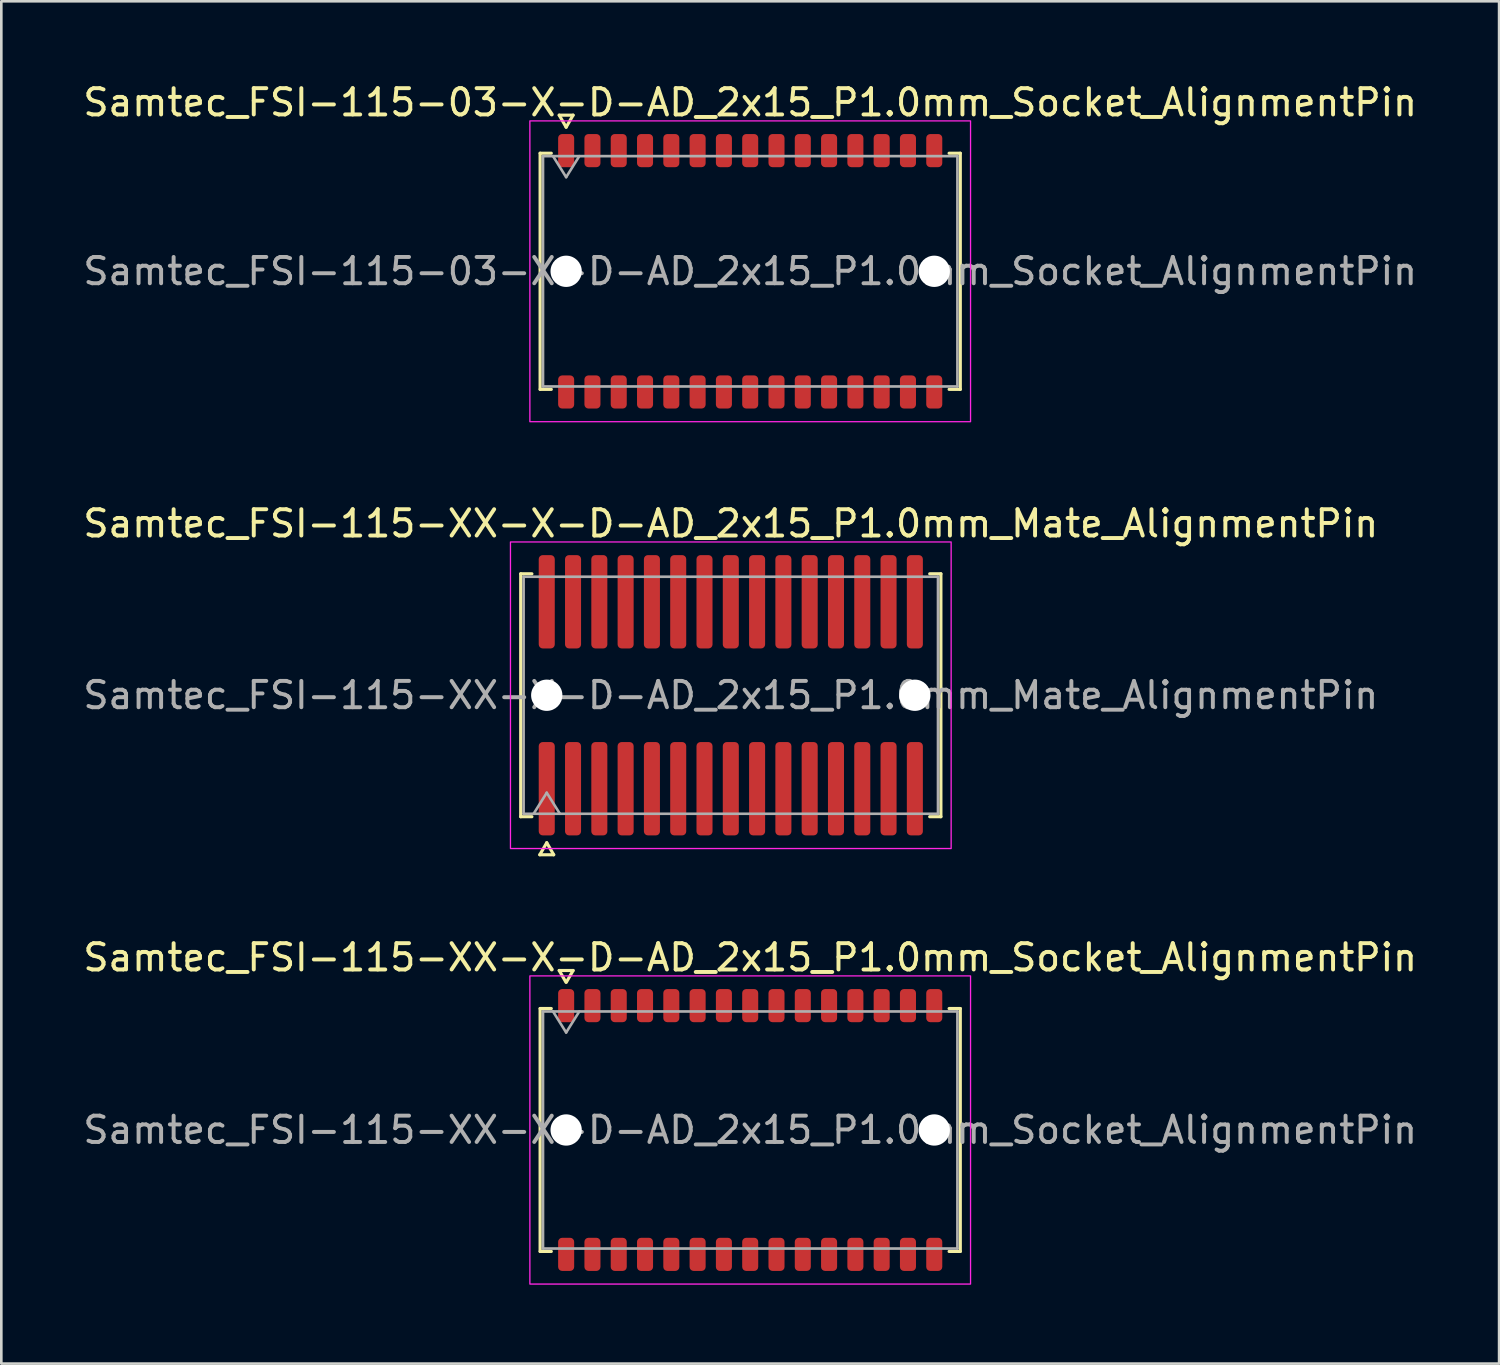
<source format=kicad_pcb>
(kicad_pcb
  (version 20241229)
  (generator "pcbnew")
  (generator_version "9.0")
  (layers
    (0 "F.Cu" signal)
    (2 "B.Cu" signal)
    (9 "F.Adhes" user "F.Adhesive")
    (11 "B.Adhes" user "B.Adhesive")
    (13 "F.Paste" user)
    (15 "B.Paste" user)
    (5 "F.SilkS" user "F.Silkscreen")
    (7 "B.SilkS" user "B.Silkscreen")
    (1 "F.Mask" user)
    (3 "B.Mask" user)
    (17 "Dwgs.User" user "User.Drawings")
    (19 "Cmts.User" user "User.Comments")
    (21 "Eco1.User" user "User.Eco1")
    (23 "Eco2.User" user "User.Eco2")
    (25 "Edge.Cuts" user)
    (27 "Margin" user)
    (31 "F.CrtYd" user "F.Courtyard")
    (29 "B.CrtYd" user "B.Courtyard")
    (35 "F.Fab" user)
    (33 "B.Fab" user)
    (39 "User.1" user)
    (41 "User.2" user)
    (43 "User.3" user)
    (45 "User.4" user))
  (footprint "Samtec_FSI-115-XX-X-D-AD_2x15_P1.0mm_Mate_AlignmentPin"
    (layer "F.Cu")
    (at 24.744 23.392)
    (property "Reference" "Samtec_FSI-115-XX-X-D-AD_2x15_P1.0mm_Mate_AlignmentPin" (at 0 -6.53 0) (layer "F.SilkS") (effects (font (size 1 1) (thickness 0.15))))
    (attr exclude_from_pos_files exclude_from_bom)
    (fp_line (start -7.99 -4.619) (end -7.565 -4.619) (stroke (width 0.12) (type solid)) (layer "F.SilkS"))
    (fp_line (start -7.99 4.619) (end -7.99 -4.619) (stroke (width 0.12) (type solid)) (layer "F.SilkS"))
    (fp_line (start -7.565 4.619) (end -7.99 4.619) (stroke (width 0.12) (type solid)) (layer "F.SilkS"))
    (fp_line (start -7.264 6.066) (end -7 5.609) (stroke (width 0.12) (type solid)) (layer "F.SilkS"))
    (fp_line (start -7 5.609) (end -6.736 6.066) (stroke (width 0.12) (type solid)) (layer "F.SilkS"))
    (fp_line (start -6.736 6.066) (end -7.264 6.066) (stroke (width 0.12) (type solid)) (layer "F.SilkS"))
    (fp_line (start 7.565 -4.619) (end 7.99 -4.619) (stroke (width 0.12) (type solid)) (layer "F.SilkS"))
    (fp_line (start 7.99 -4.619) (end 7.99 4.619) (stroke (width 0.12) (type solid)) (layer "F.SilkS"))
    (fp_line (start 7.99 4.619) (end 7.565 4.619) (stroke (width 0.12) (type solid)) (layer "F.SilkS"))
    (fp_rect (start -8.38 -5.83) (end 8.38 5.83) (stroke (width 0.05) (type solid)) (fill no) (layer "F.CrtYd"))
    (fp_line (start -7.88 -4.508) (end 7.88 -4.508) (stroke (width 0.1) (type solid)) (layer "F.Fab"))
    (fp_line (start -7.88 4.508) (end -7.88 -4.508) (stroke (width 0.1) (type solid)) (layer "F.Fab"))
    (fp_line (start -7.5 4.508) (end -7 3.708) (stroke (width 0.1) (type solid)) (layer "F.Fab"))
    (fp_line (start -7 3.708) (end -6.5 4.508) (stroke (width 0.1) (type solid)) (layer "F.Fab"))
    (fp_line (start 7.88 -4.508) (end 7.88 4.508) (stroke (width 0.1) (type solid)) (layer "F.Fab"))
    (fp_line (start 7.88 4.508) (end -7.88 4.508) (stroke (width 0.1) (type solid)) (layer "F.Fab"))
    (fp_text user "${REFERENCE}" (at 0 0 0) (layer "F.Fab") (effects (font (size 1 1) (thickness 0.15))))
    (pad "" np_thru_hole circle (at -7 0) (size 1.19 1.19) (drill 1.19) (layers "*.Cu" "*.Mask"))
    (pad "" np_thru_hole circle (at 7 0) (size 1.19 1.19) (drill 1.19) (layers "*.Cu" "*.Mask"))
    (pad "1" smd roundrect (at -7 3.555) (size 0.61 3.55) (layers "F.Cu" "F.Mask") (roundrect_rratio 0.25))
    (pad "2" smd roundrect (at -7 -3.555) (size 0.61 3.55) (layers "F.Cu" "F.Mask") (roundrect_rratio 0.25))
    (pad "3" smd roundrect (at -6 3.555) (size 0.61 3.55) (layers "F.Cu" "F.Mask") (roundrect_rratio 0.25))
    (pad "4" smd roundrect (at -6 -3.555) (size 0.61 3.55) (layers "F.Cu" "F.Mask") (roundrect_rratio 0.25))
    (pad "5" smd roundrect (at -5 3.555) (size 0.61 3.55) (layers "F.Cu" "F.Mask") (roundrect_rratio 0.25))
    (pad "6" smd roundrect (at -5 -3.555) (size 0.61 3.55) (layers "F.Cu" "F.Mask") (roundrect_rratio 0.25))
    (pad "7" smd roundrect (at -4 3.555) (size 0.61 3.55) (layers "F.Cu" "F.Mask") (roundrect_rratio 0.25))
    (pad "8" smd roundrect (at -4 -3.555) (size 0.61 3.55) (layers "F.Cu" "F.Mask") (roundrect_rratio 0.25))
    (pad "9" smd roundrect (at -3 3.555) (size 0.61 3.55) (layers "F.Cu" "F.Mask") (roundrect_rratio 0.25))
    (pad "10" smd roundrect (at -3 -3.555) (size 0.61 3.55) (layers "F.Cu" "F.Mask") (roundrect_rratio 0.25))
    (pad "11" smd roundrect (at -2 3.555) (size 0.61 3.55) (layers "F.Cu" "F.Mask") (roundrect_rratio 0.25))
    (pad "12" smd roundrect (at -2 -3.555) (size 0.61 3.55) (layers "F.Cu" "F.Mask") (roundrect_rratio 0.25))
    (pad "13" smd roundrect (at -1 3.555) (size 0.61 3.55) (layers "F.Cu" "F.Mask") (roundrect_rratio 0.25))
    (pad "14" smd roundrect (at -1 -3.555) (size 0.61 3.55) (layers "F.Cu" "F.Mask") (roundrect_rratio 0.25))
    (pad "15" smd roundrect (at 0 3.555) (size 0.61 3.55) (layers "F.Cu" "F.Mask") (roundrect_rratio 0.25))
    (pad "16" smd roundrect (at 0 -3.555) (size 0.61 3.55) (layers "F.Cu" "F.Mask") (roundrect_rratio 0.25))
    (pad "17" smd roundrect (at 1 3.555) (size 0.61 3.55) (layers "F.Cu" "F.Mask") (roundrect_rratio 0.25))
    (pad "18" smd roundrect (at 1 -3.555) (size 0.61 3.55) (layers "F.Cu" "F.Mask") (roundrect_rratio 0.25))
    (pad "19" smd roundrect (at 2 3.555) (size 0.61 3.55) (layers "F.Cu" "F.Mask") (roundrect_rratio 0.25))
    (pad "20" smd roundrect (at 2 -3.555) (size 0.61 3.55) (layers "F.Cu" "F.Mask") (roundrect_rratio 0.25))
    (pad "21" smd roundrect (at 3 3.555) (size 0.61 3.55) (layers "F.Cu" "F.Mask") (roundrect_rratio 0.25))
    (pad "22" smd roundrect (at 3 -3.555) (size 0.61 3.55) (layers "F.Cu" "F.Mask") (roundrect_rratio 0.25))
    (pad "23" smd roundrect (at 4 3.555) (size 0.61 3.55) (layers "F.Cu" "F.Mask") (roundrect_rratio 0.25))
    (pad "24" smd roundrect (at 4 -3.555) (size 0.61 3.55) (layers "F.Cu" "F.Mask") (roundrect_rratio 0.25))
    (pad "25" smd roundrect (at 5 3.555) (size 0.61 3.55) (layers "F.Cu" "F.Mask") (roundrect_rratio 0.25))
    (pad "26" smd roundrect (at 5 -3.555) (size 0.61 3.55) (layers "F.Cu" "F.Mask") (roundrect_rratio 0.25))
    (pad "27" smd roundrect (at 6 3.555) (size 0.61 3.55) (layers "F.Cu" "F.Mask") (roundrect_rratio 0.25))
    (pad "28" smd roundrect (at 6 -3.555) (size 0.61 3.55) (layers "F.Cu" "F.Mask") (roundrect_rratio 0.25))
    (pad "29" smd roundrect (at 7 3.555) (size 0.61 3.55) (layers "F.Cu" "F.Mask") (roundrect_rratio 0.25))
    (pad "30" smd roundrect (at 7 -3.555) (size 0.61 3.55) (layers "F.Cu" "F.Mask") (roundrect_rratio 0.25)))
  (footprint "Samtec_FSI-115-03-X-D-AD_2x15_P1.0mm_Socket_AlignmentPin"
    (layer "F.Cu")
    (at 25.482 7.268)
    (property "Reference" "Samtec_FSI-115-03-X-D-AD_2x15_P1.0mm_Socket_AlignmentPin" (at 0 -6.42 0) (layer "F.SilkS") (effects (font (size 1 1) (thickness 0.15))))
    (attr smd)
    (fp_line (start -7.99 -4.49) (end -7.565 -4.49) (stroke (width 0.12) (type solid)) (layer "F.SilkS"))
    (fp_line (start -7.99 4.49) (end -7.99 -4.49) (stroke (width 0.12) (type solid)) (layer "F.SilkS"))
    (fp_line (start -7.565 4.49) (end -7.99 4.49) (stroke (width 0.12) (type solid)) (layer "F.SilkS"))
    (fp_line (start -7.264 -5.938) (end -7 -5.48) (stroke (width 0.12) (type solid)) (layer "F.SilkS"))
    (fp_line (start -7 -5.48) (end -6.736 -5.938) (stroke (width 0.12) (type solid)) (layer "F.SilkS"))
    (fp_line (start -6.736 -5.938) (end -7.264 -5.938) (stroke (width 0.12) (type solid)) (layer "F.SilkS"))
    (fp_line (start 7.565 -4.49) (end 7.99 -4.49) (stroke (width 0.12) (type solid)) (layer "F.SilkS"))
    (fp_line (start 7.99 -4.49) (end 7.99 4.49) (stroke (width 0.12) (type solid)) (layer "F.SilkS"))
    (fp_line (start 7.99 4.49) (end 7.565 4.49) (stroke (width 0.12) (type solid)) (layer "F.SilkS"))
    (fp_rect (start -8.38 -5.72) (end 8.38 5.72) (stroke (width 0.05) (type solid)) (fill no) (layer "F.CrtYd"))
    (fp_line (start -7.88 -4.38) (end 7.88 -4.38) (stroke (width 0.1) (type solid)) (layer "F.Fab"))
    (fp_line (start -7.88 4.38) (end -7.88 -4.38) (stroke (width 0.1) (type solid)) (layer "F.Fab"))
    (fp_line (start -7.5 -4.38) (end -7 -3.58) (stroke (width 0.1) (type solid)) (layer "F.Fab"))
    (fp_line (start -7 -3.58) (end -6.5 -4.38) (stroke (width 0.1) (type solid)) (layer "F.Fab"))
    (fp_line (start 7.88 -4.38) (end 7.88 4.38) (stroke (width 0.1) (type solid)) (layer "F.Fab"))
    (fp_line (start 7.88 4.38) (end -7.88 4.38) (stroke (width 0.1) (type solid)) (layer "F.Fab"))
    (fp_text user "${REFERENCE}" (at 0 0 0) (layer "F.Fab") (effects (font (size 1 1) (thickness 0.15))))
    (pad "" np_thru_hole circle (at -7 0) (size 1.19 1.19) (drill 1.19) (layers "*.Cu" "*.Mask"))
    (pad "" np_thru_hole circle (at 7 0) (size 1.19 1.19) (drill 1.19) (layers "*.Cu" "*.Mask"))
    (pad "1" smd roundrect (at -7 -4.59) (size 0.61 1.26) (layers "F.Cu" "F.Mask" "F.Paste") (roundrect_rratio 0.25))
    (pad "2" smd roundrect (at -7 4.59) (size 0.61 1.26) (layers "F.Cu" "F.Mask" "F.Paste") (roundrect_rratio 0.25))
    (pad "3" smd roundrect (at -6 -4.59) (size 0.61 1.26) (layers "F.Cu" "F.Mask" "F.Paste") (roundrect_rratio 0.25))
    (pad "4" smd roundrect (at -6 4.59) (size 0.61 1.26) (layers "F.Cu" "F.Mask" "F.Paste") (roundrect_rratio 0.25))
    (pad "5" smd roundrect (at -5 -4.59) (size 0.61 1.26) (layers "F.Cu" "F.Mask" "F.Paste") (roundrect_rratio 0.25))
    (pad "6" smd roundrect (at -5 4.59) (size 0.61 1.26) (layers "F.Cu" "F.Mask" "F.Paste") (roundrect_rratio 0.25))
    (pad "7" smd roundrect (at -4 -4.59) (size 0.61 1.26) (layers "F.Cu" "F.Mask" "F.Paste") (roundrect_rratio 0.25))
    (pad "8" smd roundrect (at -4 4.59) (size 0.61 1.26) (layers "F.Cu" "F.Mask" "F.Paste") (roundrect_rratio 0.25))
    (pad "9" smd roundrect (at -3 -4.59) (size 0.61 1.26) (layers "F.Cu" "F.Mask" "F.Paste") (roundrect_rratio 0.25))
    (pad "10" smd roundrect (at -3 4.59) (size 0.61 1.26) (layers "F.Cu" "F.Mask" "F.Paste") (roundrect_rratio 0.25))
    (pad "11" smd roundrect (at -2 -4.59) (size 0.61 1.26) (layers "F.Cu" "F.Mask" "F.Paste") (roundrect_rratio 0.25))
    (pad "12" smd roundrect (at -2 4.59) (size 0.61 1.26) (layers "F.Cu" "F.Mask" "F.Paste") (roundrect_rratio 0.25))
    (pad "13" smd roundrect (at -1 -4.59) (size 0.61 1.26) (layers "F.Cu" "F.Mask" "F.Paste") (roundrect_rratio 0.25))
    (pad "14" smd roundrect (at -1 4.59) (size 0.61 1.26) (layers "F.Cu" "F.Mask" "F.Paste") (roundrect_rratio 0.25))
    (pad "15" smd roundrect (at 0 -4.59) (size 0.61 1.26) (layers "F.Cu" "F.Mask" "F.Paste") (roundrect_rratio 0.25))
    (pad "16" smd roundrect (at 0 4.59) (size 0.61 1.26) (layers "F.Cu" "F.Mask" "F.Paste") (roundrect_rratio 0.25))
    (pad "17" smd roundrect (at 1 -4.59) (size 0.61 1.26) (layers "F.Cu" "F.Mask" "F.Paste") (roundrect_rratio 0.25))
    (pad "18" smd roundrect (at 1 4.59) (size 0.61 1.26) (layers "F.Cu" "F.Mask" "F.Paste") (roundrect_rratio 0.25))
    (pad "19" smd roundrect (at 2 -4.59) (size 0.61 1.26) (layers "F.Cu" "F.Mask" "F.Paste") (roundrect_rratio 0.25))
    (pad "20" smd roundrect (at 2 4.59) (size 0.61 1.26) (layers "F.Cu" "F.Mask" "F.Paste") (roundrect_rratio 0.25))
    (pad "21" smd roundrect (at 3 -4.59) (size 0.61 1.26) (layers "F.Cu" "F.Mask" "F.Paste") (roundrect_rratio 0.25))
    (pad "22" smd roundrect (at 3 4.59) (size 0.61 1.26) (layers "F.Cu" "F.Mask" "F.Paste") (roundrect_rratio 0.25))
    (pad "23" smd roundrect (at 4 -4.59) (size 0.61 1.26) (layers "F.Cu" "F.Mask" "F.Paste") (roundrect_rratio 0.25))
    (pad "24" smd roundrect (at 4 4.59) (size 0.61 1.26) (layers "F.Cu" "F.Mask" "F.Paste") (roundrect_rratio 0.25))
    (pad "25" smd roundrect (at 5 -4.59) (size 0.61 1.26) (layers "F.Cu" "F.Mask" "F.Paste") (roundrect_rratio 0.25))
    (pad "26" smd roundrect (at 5 4.59) (size 0.61 1.26) (layers "F.Cu" "F.Mask" "F.Paste") (roundrect_rratio 0.25))
    (pad "27" smd roundrect (at 6 -4.59) (size 0.61 1.26) (layers "F.Cu" "F.Mask" "F.Paste") (roundrect_rratio 0.25))
    (pad "28" smd roundrect (at 6 4.59) (size 0.61 1.26) (layers "F.Cu" "F.Mask" "F.Paste") (roundrect_rratio 0.25))
    (pad "29" smd roundrect (at 7 -4.59) (size 0.61 1.26) (layers "F.Cu" "F.Mask" "F.Paste") (roundrect_rratio 0.25))
    (pad "30" smd roundrect (at 7 4.59) (size 0.61 1.26) (layers "F.Cu" "F.Mask" "F.Paste") (roundrect_rratio 0.25)))
  (footprint "Samtec_FSI-115-XX-X-D-AD_2x15_P1.0mm_Socket_AlignmentPin"
    (layer "F.Cu")
    (at 25.482 39.926)
    (property "Reference" "Samtec_FSI-115-XX-X-D-AD_2x15_P1.0mm_Socket_AlignmentPin" (at 0 -6.56 0) (layer "F.SilkS") (effects (font (size 1 1) (thickness 0.15))))
    (attr smd)
    (fp_line (start -7.99 -4.619) (end -7.565 -4.619) (stroke (width 0.12) (type solid)) (layer "F.SilkS"))
    (fp_line (start -7.99 4.619) (end -7.99 -4.619) (stroke (width 0.12) (type solid)) (layer "F.SilkS"))
    (fp_line (start -7.565 4.619) (end -7.99 4.619) (stroke (width 0.12) (type solid)) (layer "F.SilkS"))
    (fp_line (start -7.264 -6.066) (end -7.007 -5.62) (stroke (width 0.12) (type solid)) (layer "F.SilkS"))
    (fp_line (start -6.993 -5.62) (end -6.736 -6.066) (stroke (width 0.12) (type solid)) (layer "F.SilkS"))
    (fp_line (start -6.736 -6.066) (end -7.264 -6.066) (stroke (width 0.12) (type solid)) (layer "F.SilkS"))
    (fp_line (start 7.565 -4.619) (end 7.99 -4.619) (stroke (width 0.12) (type solid)) (layer "F.SilkS"))
    (fp_line (start 7.99 -4.619) (end 7.99 4.619) (stroke (width 0.12) (type solid)) (layer "F.SilkS"))
    (fp_line (start 7.99 4.619) (end 7.565 4.619) (stroke (width 0.12) (type solid)) (layer "F.SilkS"))
    (fp_rect (start -8.38 -5.86) (end 8.38 5.86) (stroke (width 0.05) (type solid)) (fill no) (layer "F.CrtYd"))
    (fp_line (start -7.88 -4.508) (end 7.88 -4.508) (stroke (width 0.1) (type solid)) (layer "F.Fab"))
    (fp_line (start -7.88 4.508) (end -7.88 -4.508) (stroke (width 0.1) (type solid)) (layer "F.Fab"))
    (fp_line (start -7.5 -4.508) (end -7 -3.708) (stroke (width 0.1) (type solid)) (layer "F.Fab"))
    (fp_line (start -7 -3.708) (end -6.5 -4.508) (stroke (width 0.1) (type solid)) (layer "F.Fab"))
    (fp_line (start 7.88 -4.508) (end 7.88 4.508) (stroke (width 0.1) (type solid)) (layer "F.Fab"))
    (fp_line (start 7.88 4.508) (end -7.88 4.508) (stroke (width 0.1) (type solid)) (layer "F.Fab"))
    (fp_text user "${REFERENCE}" (at 0 0 0) (layer "F.Fab") (effects (font (size 1 1) (thickness 0.15))))
    (pad "" np_thru_hole circle (at -7 0) (size 1.19 1.19) (drill 1.19) (layers "*.Cu" "*.Mask"))
    (pad "" np_thru_hole circle (at 7 0) (size 1.19 1.19) (drill 1.19) (layers "*.Cu" "*.Mask"))
    (pad "1" smd roundrect (at -7 -4.73) (size 0.61 1.26) (layers "F.Cu" "F.Mask" "F.Paste") (roundrect_rratio 0.25))
    (pad "2" smd roundrect (at -7 4.73) (size 0.61 1.26) (layers "F.Cu" "F.Mask" "F.Paste") (roundrect_rratio 0.25))
    (pad "3" smd roundrect (at -6 -4.73) (size 0.61 1.26) (layers "F.Cu" "F.Mask" "F.Paste") (roundrect_rratio 0.25))
    (pad "4" smd roundrect (at -6 4.73) (size 0.61 1.26) (layers "F.Cu" "F.Mask" "F.Paste") (roundrect_rratio 0.25))
    (pad "5" smd roundrect (at -5 -4.73) (size 0.61 1.26) (layers "F.Cu" "F.Mask" "F.Paste") (roundrect_rratio 0.25))
    (pad "6" smd roundrect (at -5 4.73) (size 0.61 1.26) (layers "F.Cu" "F.Mask" "F.Paste") (roundrect_rratio 0.25))
    (pad "7" smd roundrect (at -4 -4.73) (size 0.61 1.26) (layers "F.Cu" "F.Mask" "F.Paste") (roundrect_rratio 0.25))
    (pad "8" smd roundrect (at -4 4.73) (size 0.61 1.26) (layers "F.Cu" "F.Mask" "F.Paste") (roundrect_rratio 0.25))
    (pad "9" smd roundrect (at -3 -4.73) (size 0.61 1.26) (layers "F.Cu" "F.Mask" "F.Paste") (roundrect_rratio 0.25))
    (pad "10" smd roundrect (at -3 4.73) (size 0.61 1.26) (layers "F.Cu" "F.Mask" "F.Paste") (roundrect_rratio 0.25))
    (pad "11" smd roundrect (at -2 -4.73) (size 0.61 1.26) (layers "F.Cu" "F.Mask" "F.Paste") (roundrect_rratio 0.25))
    (pad "12" smd roundrect (at -2 4.73) (size 0.61 1.26) (layers "F.Cu" "F.Mask" "F.Paste") (roundrect_rratio 0.25))
    (pad "13" smd roundrect (at -1 -4.73) (size 0.61 1.26) (layers "F.Cu" "F.Mask" "F.Paste") (roundrect_rratio 0.25))
    (pad "14" smd roundrect (at -1 4.73) (size 0.61 1.26) (layers "F.Cu" "F.Mask" "F.Paste") (roundrect_rratio 0.25))
    (pad "15" smd roundrect (at 0 -4.73) (size 0.61 1.26) (layers "F.Cu" "F.Mask" "F.Paste") (roundrect_rratio 0.25))
    (pad "16" smd roundrect (at 0 4.73) (size 0.61 1.26) (layers "F.Cu" "F.Mask" "F.Paste") (roundrect_rratio 0.25))
    (pad "17" smd roundrect (at 1 -4.73) (size 0.61 1.26) (layers "F.Cu" "F.Mask" "F.Paste") (roundrect_rratio 0.25))
    (pad "18" smd roundrect (at 1 4.73) (size 0.61 1.26) (layers "F.Cu" "F.Mask" "F.Paste") (roundrect_rratio 0.25))
    (pad "19" smd roundrect (at 2 -4.73) (size 0.61 1.26) (layers "F.Cu" "F.Mask" "F.Paste") (roundrect_rratio 0.25))
    (pad "20" smd roundrect (at 2 4.73) (size 0.61 1.26) (layers "F.Cu" "F.Mask" "F.Paste") (roundrect_rratio 0.25))
    (pad "21" smd roundrect (at 3 -4.73) (size 0.61 1.26) (layers "F.Cu" "F.Mask" "F.Paste") (roundrect_rratio 0.25))
    (pad "22" smd roundrect (at 3 4.73) (size 0.61 1.26) (layers "F.Cu" "F.Mask" "F.Paste") (roundrect_rratio 0.25))
    (pad "23" smd roundrect (at 4 -4.73) (size 0.61 1.26) (layers "F.Cu" "F.Mask" "F.Paste") (roundrect_rratio 0.25))
    (pad "24" smd roundrect (at 4 4.73) (size 0.61 1.26) (layers "F.Cu" "F.Mask" "F.Paste") (roundrect_rratio 0.25))
    (pad "25" smd roundrect (at 5 -4.73) (size 0.61 1.26) (layers "F.Cu" "F.Mask" "F.Paste") (roundrect_rratio 0.25))
    (pad "26" smd roundrect (at 5 4.73) (size 0.61 1.26) (layers "F.Cu" "F.Mask" "F.Paste") (roundrect_rratio 0.25))
    (pad "27" smd roundrect (at 6 -4.73) (size 0.61 1.26) (layers "F.Cu" "F.Mask" "F.Paste") (roundrect_rratio 0.25))
    (pad "28" smd roundrect (at 6 4.73) (size 0.61 1.26) (layers "F.Cu" "F.Mask" "F.Paste") (roundrect_rratio 0.25))
    (pad "29" smd roundrect (at 7 -4.73) (size 0.61 1.26) (layers "F.Cu" "F.Mask" "F.Paste") (roundrect_rratio 0.25))
    (pad "30" smd roundrect (at 7 4.73) (size 0.61 1.26) (layers "F.Cu" "F.Mask" "F.Paste") (roundrect_rratio 0.25)))
  (gr_rect
    (start -3 -3)
    (end 53.964 48.811)
    (stroke (width 0.1) (type default))
    (fill no)
    (layer "Edge.Cuts")))
</source>
